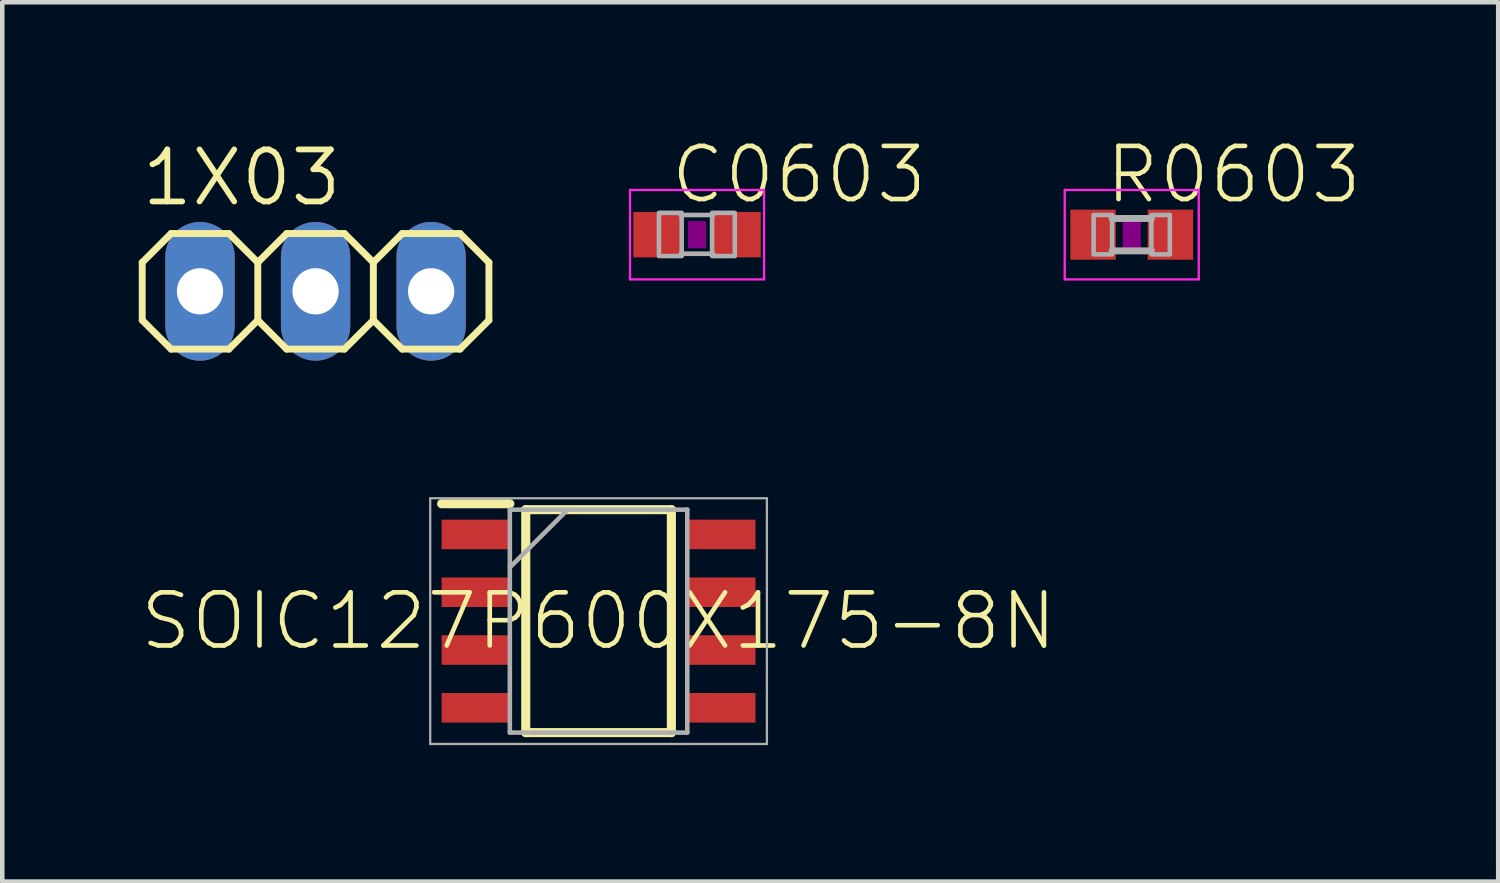
<source format=kicad_pcb>
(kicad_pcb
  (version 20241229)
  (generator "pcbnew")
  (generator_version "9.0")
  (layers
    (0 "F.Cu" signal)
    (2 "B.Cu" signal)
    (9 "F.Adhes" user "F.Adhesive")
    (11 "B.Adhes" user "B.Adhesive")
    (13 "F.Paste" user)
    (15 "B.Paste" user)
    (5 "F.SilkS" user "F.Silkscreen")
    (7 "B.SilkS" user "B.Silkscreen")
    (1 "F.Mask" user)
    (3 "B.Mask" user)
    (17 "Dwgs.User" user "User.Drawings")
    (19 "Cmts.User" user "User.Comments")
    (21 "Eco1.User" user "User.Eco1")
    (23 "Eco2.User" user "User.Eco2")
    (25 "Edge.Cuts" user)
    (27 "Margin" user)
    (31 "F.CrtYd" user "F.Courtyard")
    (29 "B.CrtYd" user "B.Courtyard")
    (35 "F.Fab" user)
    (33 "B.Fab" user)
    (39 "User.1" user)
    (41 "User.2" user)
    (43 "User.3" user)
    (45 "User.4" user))
  (footprint "R0603"
    (layer "F.Cu")
    (at 21.825 2.108)
    (property "Reference" "R0603" (at -0.635 -0.635 0) (layer "F.SilkS") (effects (font (size 1.168 1.168) (thickness 0.102)) (justify left bottom)))
    (fp_poly (pts (xy -0.2 0.4) (xy 0.2 0.4) (xy 0.2 -0.4) (xy -0.2 -0.4)) (stroke (width 0) (type solid)) (fill yes) (layer "F.Adhes"))
    (fp_line (start -1.473 -0.983) (end 1.473 -0.983) (stroke (width 0.051) (type solid)) (layer "F.CrtYd"))
    (fp_line (start -1.473 0.983) (end -1.473 -0.983) (stroke (width 0.051) (type solid)) (layer "F.CrtYd"))
    (fp_line (start 1.473 -0.983) (end 1.473 0.983) (stroke (width 0.051) (type solid)) (layer "F.CrtYd"))
    (fp_line (start 1.473 0.983) (end -1.473 0.983) (stroke (width 0.051) (type solid)) (layer "F.CrtYd"))
    (fp_line (start -0.432 0.356) (end 0.432 0.356) (stroke (width 0.152) (type solid)) (layer "F.Fab"))
    (fp_line (start 0.432 -0.356) (end -0.432 -0.356) (stroke (width 0.152) (type solid)) (layer "F.Fab"))
    (fp_poly (pts (xy -0.838 0.432) (xy -0.432 0.432) (xy -0.432 -0.432) (xy -0.838 -0.432)) (stroke (width 0.1) (type solid)) (fill no) (layer "F.Fab"))
    (fp_poly (pts (xy 0.432 0.432) (xy 0.838 0.432) (xy 0.838 -0.432) (xy 0.432 -0.432)) (stroke (width 0.1) (type solid)) (fill no) (layer "F.Fab"))
    (pad "1" smd rect (at -0.85 0) (size 1 1.1) (layers "F.Cu" "F.Mask" "F.Paste"))
    (pad "2" smd rect (at 0.85 0) (size 1 1.1) (layers "F.Cu" "F.Mask" "F.Paste")))
  (footprint "1X03"
    (layer "F.Cu")
    (at 3.886 3.353)
    (property "Reference" "1X03" (at -3.886 -1.829 0) (layer "F.SilkS") (effects (font (size 1.143 1.143) (thickness 0.127)) (justify left bottom)))
    (fp_line (start -3.81 -0.635) (end -3.81 0.635) (stroke (width 0.152) (type solid)) (layer "F.SilkS"))
    (fp_line (start -3.81 0.635) (end -3.175 1.27) (stroke (width 0.152) (type solid)) (layer "F.SilkS"))
    (fp_line (start -3.175 -1.27) (end -3.81 -0.635) (stroke (width 0.152) (type solid)) (layer "F.SilkS"))
    (fp_line (start -3.175 -1.27) (end -1.905 -1.27) (stroke (width 0.152) (type solid)) (layer "F.SilkS"))
    (fp_line (start -1.905 -1.27) (end -1.27 -0.635) (stroke (width 0.152) (type solid)) (layer "F.SilkS"))
    (fp_line (start -1.905 1.27) (end -3.175 1.27) (stroke (width 0.152) (type solid)) (layer "F.SilkS"))
    (fp_line (start -1.27 -0.635) (end -1.27 0.635) (stroke (width 0.152) (type solid)) (layer "F.SilkS"))
    (fp_line (start -1.27 -0.635) (end -0.635 -1.27) (stroke (width 0.152) (type solid)) (layer "F.SilkS"))
    (fp_line (start -1.27 0.635) (end -1.905 1.27) (stroke (width 0.152) (type solid)) (layer "F.SilkS"))
    (fp_line (start -0.635 -1.27) (end 0.635 -1.27) (stroke (width 0.152) (type solid)) (layer "F.SilkS"))
    (fp_line (start -0.635 1.27) (end -1.27 0.635) (stroke (width 0.152) (type solid)) (layer "F.SilkS"))
    (fp_line (start 0.635 -1.27) (end 1.27 -0.635) (stroke (width 0.152) (type solid)) (layer "F.SilkS"))
    (fp_line (start 0.635 1.27) (end -0.635 1.27) (stroke (width 0.152) (type solid)) (layer "F.SilkS"))
    (fp_line (start 1.27 -0.635) (end 1.27 0.635) (stroke (width 0.152) (type solid)) (layer "F.SilkS"))
    (fp_line (start 1.27 -0.635) (end 1.905 -1.27) (stroke (width 0.152) (type solid)) (layer "F.SilkS"))
    (fp_line (start 1.27 0.635) (end 0.635 1.27) (stroke (width 0.152) (type solid)) (layer "F.SilkS"))
    (fp_line (start 1.905 -1.27) (end 3.175 -1.27) (stroke (width 0.152) (type solid)) (layer "F.SilkS"))
    (fp_line (start 1.905 1.27) (end 1.27 0.635) (stroke (width 0.152) (type solid)) (layer "F.SilkS"))
    (fp_line (start 3.175 -1.27) (end 3.81 -0.635) (stroke (width 0.152) (type solid)) (layer "F.SilkS"))
    (fp_line (start 3.175 1.27) (end 1.905 1.27) (stroke (width 0.152) (type solid)) (layer "F.SilkS"))
    (fp_line (start 3.81 -0.635) (end 3.81 0.635) (stroke (width 0.152) (type solid)) (layer "F.SilkS"))
    (fp_line (start 3.81 0.635) (end 3.175 1.27) (stroke (width 0.152) (type solid)) (layer "F.SilkS"))
    (fp_poly (pts (xy -2.794 0.254) (xy -2.286 0.254) (xy -2.286 -0.254) (xy -2.794 -0.254)) (stroke (width 0.1) (type solid)) (fill no) (layer "F.Fab"))
    (fp_poly (pts (xy -0.254 0.254) (xy 0.254 0.254) (xy 0.254 -0.254) (xy -0.254 -0.254)) (stroke (width 0.1) (type solid)) (fill no) (layer "F.Fab"))
    (fp_poly (pts (xy 2.286 0.254) (xy 2.794 0.254) (xy 2.794 -0.254) (xy 2.286 -0.254)) (stroke (width 0.1) (type solid)) (fill no) (layer "F.Fab"))
    (pad "1" thru_hole oval (at -2.54 0 90) (size 3.048 1.524) (drill 1.016) (layers "*.Cu" "*.Mask"))
    (pad "2" thru_hole oval (at 0 0 90) (size 3.048 1.524) (drill 1.016) (layers "*.Cu" "*.Mask"))
    (pad "3" thru_hole oval (at 2.54 0 90) (size 3.048 1.524) (drill 1.016) (layers "*.Cu" "*.Mask")))
  (footprint "SOIC127P600X175-8N"
    (layer "F.Cu")
    (at 10.106 10.602)
    (property "Reference" "SOIC127P600X175-8N" (at 0 0 0) (layer "F.SilkS") (effects (font (size 1.168 1.168) (thickness 0.102))))
    (fp_line (start -3.45 -2.58) (end -1.95 -2.58) (stroke (width 0.2) (type solid)) (layer "F.SilkS"))
    (fp_line (start -1.6 -2.45) (end 1.6 -2.45) (stroke (width 0.2) (type solid)) (layer "F.SilkS"))
    (fp_line (start -1.6 2.45) (end -1.6 -2.45) (stroke (width 0.2) (type solid)) (layer "F.SilkS"))
    (fp_line (start 1.6 -2.45) (end 1.6 2.45) (stroke (width 0.2) (type solid)) (layer "F.SilkS"))
    (fp_line (start 1.6 2.45) (end -1.6 2.45) (stroke (width 0.2) (type solid)) (layer "F.SilkS"))
    (fp_line (start -3.7 -2.7) (end 3.7 -2.7) (stroke (width 0.05) (type solid)) (layer "F.Fab"))
    (fp_line (start -3.7 2.7) (end -3.7 -2.7) (stroke (width 0.05) (type solid)) (layer "F.Fab"))
    (fp_line (start -1.95 -2.45) (end 1.95 -2.45) (stroke (width 0.1) (type solid)) (layer "F.Fab"))
    (fp_line (start -1.95 -1.18) (end -0.68 -2.45) (stroke (width 0.1) (type solid)) (layer "F.Fab"))
    (fp_line (start -1.95 2.45) (end -1.95 -2.45) (stroke (width 0.1) (type solid)) (layer "F.Fab"))
    (fp_line (start 1.95 -2.45) (end 1.95 2.45) (stroke (width 0.1) (type solid)) (layer "F.Fab"))
    (fp_line (start 1.95 2.45) (end -1.95 2.45) (stroke (width 0.1) (type solid)) (layer "F.Fab"))
    (fp_line (start 3.7 -2.7) (end 3.7 2.7) (stroke (width 0.05) (type solid)) (layer "F.Fab"))
    (fp_line (start 3.7 2.7) (end -3.7 2.7) (stroke (width 0.05) (type solid)) (layer "F.Fab"))
    (pad "1" smd rect (at -2.7 -1.905) (size 1.5 0.65) (layers "F.Cu" "F.Mask" "F.Paste"))
    (pad "2" smd rect (at -2.7 -0.635) (size 1.5 0.65) (layers "F.Cu" "F.Mask" "F.Paste"))
    (pad "3" smd rect (at -2.7 0.635) (size 1.5 0.65) (layers "F.Cu" "F.Mask" "F.Paste"))
    (pad "4" smd rect (at -2.7 1.905) (size 1.5 0.65) (layers "F.Cu" "F.Mask" "F.Paste"))
    (pad "5" smd rect (at 2.7 1.905) (size 1.5 0.65) (layers "F.Cu" "F.Mask" "F.Paste"))
    (pad "6" smd rect (at 2.7 0.635) (size 1.5 0.65) (layers "F.Cu" "F.Mask" "F.Paste"))
    (pad "7" smd rect (at 2.7 -0.635) (size 1.5 0.65) (layers "F.Cu" "F.Mask" "F.Paste"))
    (pad "8" smd rect (at 2.7 -1.905) (size 1.5 0.65) (layers "F.Cu" "F.Mask" "F.Paste")))
  (footprint "C0603"
    (layer "F.Cu")
    (at 12.271 2.108)
    (property "Reference" "C0603" (at -0.635 -0.635 0) (layer "F.SilkS") (effects (font (size 1.168 1.168) (thickness 0.102)) (justify left bottom)))
    (fp_poly (pts (xy -0.2 0.3) (xy 0.2 0.3) (xy 0.2 -0.3) (xy -0.2 -0.3)) (stroke (width 0) (type solid)) (fill yes) (layer "F.Adhes"))
    (fp_line (start -1.473 -0.983) (end 1.473 -0.983) (stroke (width 0.051) (type solid)) (layer "F.CrtYd"))
    (fp_line (start -1.473 0.983) (end -1.473 -0.983) (stroke (width 0.051) (type solid)) (layer "F.CrtYd"))
    (fp_line (start 1.473 -0.983) (end 1.473 0.983) (stroke (width 0.051) (type solid)) (layer "F.CrtYd"))
    (fp_line (start 1.473 0.983) (end -1.473 0.983) (stroke (width 0.051) (type solid)) (layer "F.CrtYd"))
    (fp_line (start -0.356 -0.432) (end 0.356 -0.432) (stroke (width 0.102) (type solid)) (layer "F.Fab"))
    (fp_line (start -0.356 0.419) (end 0.356 0.419) (stroke (width 0.102) (type solid)) (layer "F.Fab"))
    (fp_poly (pts (xy -0.838 0.47) (xy -0.338 0.47) (xy -0.338 -0.48) (xy -0.838 -0.48)) (stroke (width 0.1) (type solid)) (fill no) (layer "F.Fab"))
    (fp_poly (pts (xy 0.33 0.47) (xy 0.83 0.47) (xy 0.83 -0.48) (xy 0.33 -0.48)) (stroke (width 0.1) (type solid)) (fill no) (layer "F.Fab"))
    (pad "1" smd rect (at -0.85 0) (size 1.1 1) (layers "F.Cu" "F.Mask" "F.Paste"))
    (pad "2" smd rect (at 0.85 0) (size 1.1 1) (layers "F.Cu" "F.Mask" "F.Paste")))
  (gr_rect
    (start -3 -3)
    (end 29.88 16.327)
    (stroke (width 0.1) (type default))
    (fill no)
    (layer "Edge.Cuts")))
</source>
